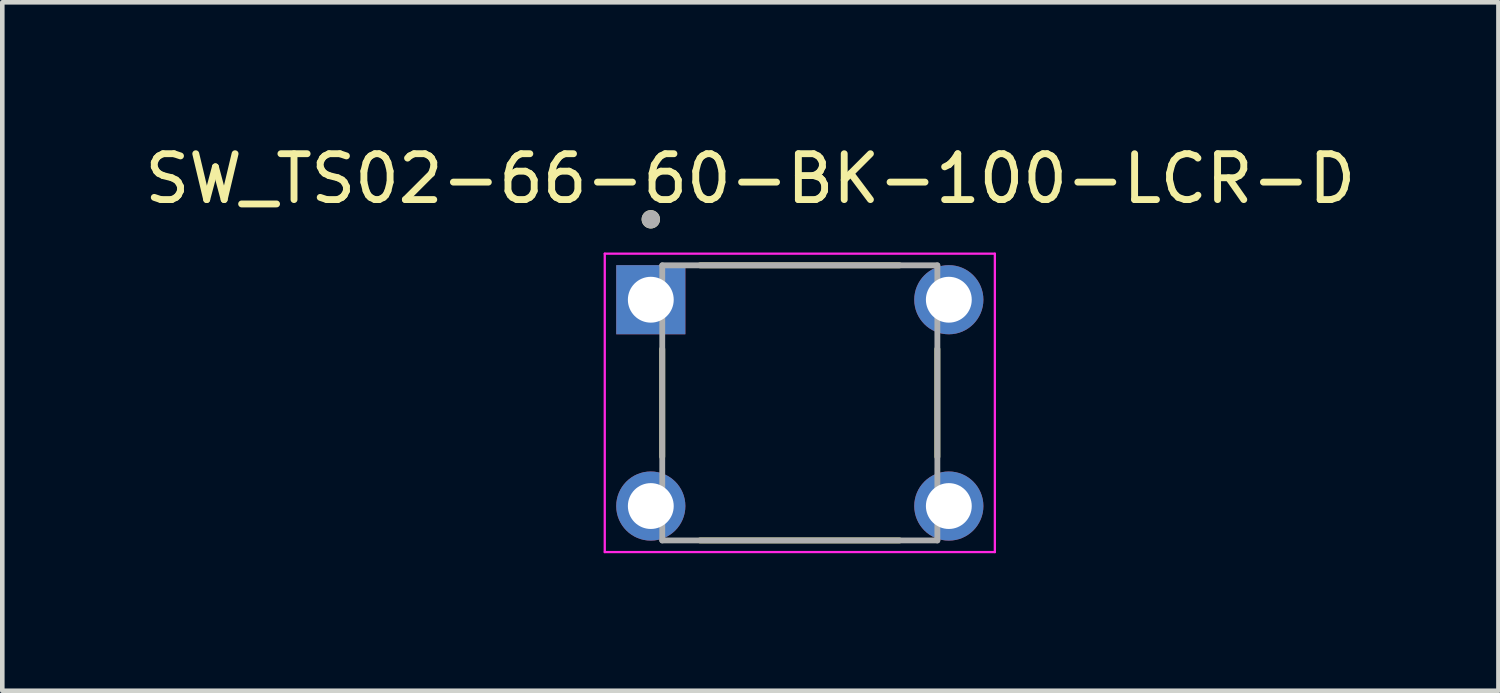
<source format=kicad_pcb>
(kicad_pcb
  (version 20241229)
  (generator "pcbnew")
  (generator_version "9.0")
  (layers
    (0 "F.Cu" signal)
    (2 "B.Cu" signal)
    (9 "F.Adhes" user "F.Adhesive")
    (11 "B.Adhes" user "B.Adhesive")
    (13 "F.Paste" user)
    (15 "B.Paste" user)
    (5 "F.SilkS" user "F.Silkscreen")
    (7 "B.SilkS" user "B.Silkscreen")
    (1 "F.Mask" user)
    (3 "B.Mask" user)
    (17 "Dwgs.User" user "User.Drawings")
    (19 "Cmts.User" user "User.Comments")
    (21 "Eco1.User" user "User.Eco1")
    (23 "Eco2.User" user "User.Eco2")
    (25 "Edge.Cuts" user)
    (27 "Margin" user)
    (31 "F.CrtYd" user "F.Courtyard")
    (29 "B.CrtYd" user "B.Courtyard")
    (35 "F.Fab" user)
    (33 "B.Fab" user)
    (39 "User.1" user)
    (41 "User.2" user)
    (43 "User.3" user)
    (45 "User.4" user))
  (footprint "SW_TS02-66-60-BK-100-LCR-D"
    (layer "F.Cu")
    (at 14.394 5.737)
    (property "Reference" "SW_TS02-66-60-BK-100-LCR-D" (at -1.079 -4.889 0) (layer "F.SilkS") (effects (font (size 1 1) (thickness 0.15))))
    (attr through_hole)
    (fp_line (start -3 -1.176) (end -3 1.176) (stroke (width 0.127) (type solid)) (layer "F.SilkS"))
    (fp_line (start -2.176 -3) (end 2.176 -3) (stroke (width 0.127) (type solid)) (layer "F.SilkS"))
    (fp_line (start -2.176 3) (end 2.176 3) (stroke (width 0.127) (type solid)) (layer "F.SilkS"))
    (fp_line (start 3 -1.176) (end 3 1.176) (stroke (width 0.127) (type solid)) (layer "F.SilkS"))
    (fp_circle (center -3.25 -4.004) (end -3.15 -4.004) (stroke (width 0.2) (type solid)) (fill no) (layer "F.SilkS"))
    (fp_line (start -4.254 -3.254) (end -4.254 3.254) (stroke (width 0.05) (type solid)) (layer "F.CrtYd"))
    (fp_line (start -4.254 3.254) (end 4.254 3.254) (stroke (width 0.05) (type solid)) (layer "F.CrtYd"))
    (fp_line (start 4.254 -3.254) (end -4.254 -3.254) (stroke (width 0.05) (type solid)) (layer "F.CrtYd"))
    (fp_line (start 4.254 3.254) (end 4.254 -3.254) (stroke (width 0.05) (type solid)) (layer "F.CrtYd"))
    (fp_line (start -3 -3) (end 3 -3) (stroke (width 0.127) (type solid)) (layer "F.Fab"))
    (fp_line (start -3 3) (end -3 -3) (stroke (width 0.127) (type solid)) (layer "F.Fab"))
    (fp_line (start 3 -3) (end 3 3) (stroke (width 0.127) (type solid)) (layer "F.Fab"))
    (fp_line (start 3 3) (end -3 3) (stroke (width 0.127) (type solid)) (layer "F.Fab"))
    (fp_circle (center -3.25 -4.004) (end -3.15 -4.004) (stroke (width 0.2) (type solid)) (fill no) (layer "F.Fab"))
    (pad "1" thru_hole rect (at -3.25 -2.25) (size 1.508 1.508) (drill 1) (layers "*.Cu" "*.Mask"))
    (pad "2" thru_hole circle (at 3.25 -2.25) (size 1.508 1.508) (drill 1) (layers "*.Cu" "*.Mask"))
    (pad "3" thru_hole circle (at -3.25 2.25) (size 1.508 1.508) (drill 1) (layers "*.Cu" "*.Mask"))
    (pad "4" thru_hole circle (at 3.25 2.25) (size 1.508 1.508) (drill 1) (layers "*.Cu" "*.Mask")))
  (gr_rect
    (start -3 -3)
    (end 29.631 12.016)
    (stroke (width 0.1) (type default))
    (fill no)
    (layer "Edge.Cuts")))
</source>
